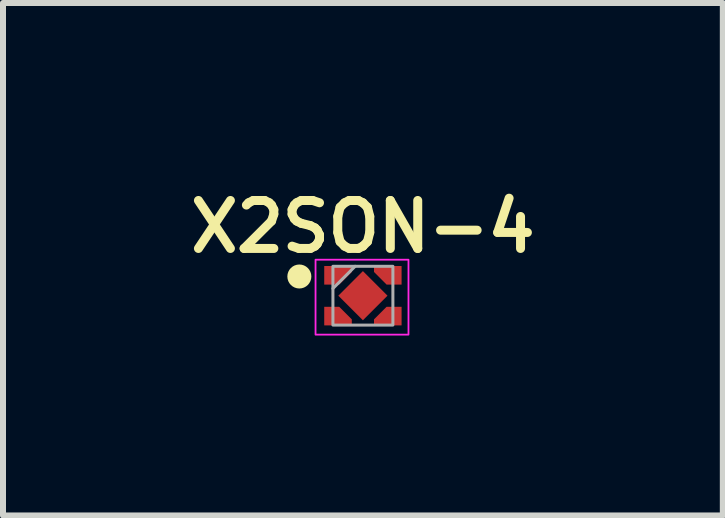
<source format=kicad_pcb>
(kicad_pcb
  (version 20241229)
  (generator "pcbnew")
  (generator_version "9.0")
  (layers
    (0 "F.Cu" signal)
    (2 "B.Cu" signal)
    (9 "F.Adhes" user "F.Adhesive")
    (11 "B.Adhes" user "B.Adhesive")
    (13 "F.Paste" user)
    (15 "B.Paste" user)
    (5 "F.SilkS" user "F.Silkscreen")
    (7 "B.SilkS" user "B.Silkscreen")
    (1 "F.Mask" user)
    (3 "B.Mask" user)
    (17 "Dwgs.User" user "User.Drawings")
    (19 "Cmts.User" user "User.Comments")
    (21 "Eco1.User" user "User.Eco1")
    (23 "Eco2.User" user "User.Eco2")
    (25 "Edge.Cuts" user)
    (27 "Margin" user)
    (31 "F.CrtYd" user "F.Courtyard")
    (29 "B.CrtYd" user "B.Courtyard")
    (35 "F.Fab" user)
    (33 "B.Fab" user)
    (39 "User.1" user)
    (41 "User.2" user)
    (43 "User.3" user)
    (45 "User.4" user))
  (footprint "X2SON-4"
    (layer "F.Cu")
    (at 3.002 1.881)
    (property "Reference" "X2SON-4" (at 0 -1.15 0) (unlocked yes) (layer "F.SilkS") (effects (font (size 0.8 0.8) (thickness 0.15) (bold yes))))
    (attr smd)
    (fp_poly (pts (xy -0.339 -0.001) (xy 0 -0.34) (xy 0.339 -0.001) (xy 0 0.339)) (stroke (width 0) (type solid)) (fill yes) (layer "F.Mask"))
    (fp_poly (pts (xy -0.415 -0.235) (xy -0.595 -0.235) (xy -0.595 -0.445) (xy -0.235 -0.445) (xy -0.235 -0.415)) (stroke (width 0) (type solid)) (fill yes) (layer "F.Mask"))
    (fp_poly (pts (xy -0.415 0.235) (xy -0.595 0.235) (xy -0.595 0.445) (xy -0.235 0.445) (xy -0.235 0.415)) (stroke (width 0) (type solid)) (fill yes) (layer "F.Mask"))
    (fp_poly (pts (xy 0.415 -0.235) (xy 0.595 -0.235) (xy 0.595 -0.445) (xy 0.235 -0.445) (xy 0.235 -0.415)) (stroke (width 0) (type solid)) (fill yes) (layer "F.Mask"))
    (fp_poly (pts (xy 0.415 0.235) (xy 0.595 0.235) (xy 0.595 0.445) (xy 0.235 0.445) (xy 0.235 0.415)) (stroke (width 0) (type solid)) (fill yes) (layer "F.Mask"))
    (fp_circle (center -1.06 -0.32) (end -0.86 -0.32) (stroke (width 0) (type solid)) (fill yes) (layer "F.SilkS"))
    (fp_poly (pts (xy -0.318 0) (xy 0 -0.318) (xy 0.318 0) (xy 0 0.318)) (stroke (width 0) (type solid)) (fill yes) (layer "F.Paste"))
    (fp_poly (pts (xy -0.64 -0.445) (xy -0.24 -0.445) (xy -0.24 -0.415) (xy -0.42 -0.235) (xy -0.64 -0.235)) (stroke (width 0) (type solid)) (fill yes) (layer "F.Paste"))
    (fp_poly (pts (xy -0.64 0.445) (xy -0.24 0.445) (xy -0.24 0.415) (xy -0.42 0.235) (xy -0.64 0.235)) (stroke (width 0) (type solid)) (fill yes) (layer "F.Paste"))
    (fp_poly (pts (xy 0.64 -0.445) (xy 0.24 -0.445) (xy 0.24 -0.415) (xy 0.42 -0.235) (xy 0.64 -0.235)) (stroke (width 0) (type solid)) (fill yes) (layer "F.Paste"))
    (fp_poly (pts (xy 0.64 0.445) (xy 0.24 0.445) (xy 0.24 0.415) (xy 0.42 0.235) (xy 0.64 0.235)) (stroke (width 0) (type solid)) (fill yes) (layer "F.Paste"))
    (fp_rect (start -0.79 -0.6) (end 0.76 0.65) (stroke (width 0.03) (type default)) (fill no) (layer "F.CrtYd"))
    (fp_line (start -0.13 -0.49) (end -0.5 -0.12) (stroke (width 0.05) (type default)) (layer "F.Fab"))
    (fp_rect (start -0.5 -0.49) (end 0.5 0.49) (stroke (width 0.05) (type default)) (fill no) (layer "F.Fab"))
    (fp_text user "${REFERENCE}" (at 0 0 0) (layer "User.8") (effects (font (size 0.2 0.2) (thickness 0.04))))
    (pad "1" smd custom (at -0.455 -0.355 180) (size 0.148 0.148) (layers "F.Cu") (options (anchor circle)) (primitives (gr_poly (pts (xy -0.27 0.04) (xy -0.27 0.14) (xy 0.19 0.14) (xy 0.19 -0.17) (xy -0.06 -0.17)) (width 0) (fill yes))))
    (pad "2" smd custom (at -0.455 0.355) (size 0.148 0.148) (layers "F.Cu") (options (anchor circle)) (primitives (gr_poly (pts (xy 0.27 0.04) (xy 0.27 0.14) (xy -0.19 0.14) (xy -0.19 -0.17) (xy 0.06 -0.17)) (width 0) (fill yes))))
    (pad "3" smd custom (at 0.455 0.355) (size 0.148 0.148) (layers "F.Cu") (options (anchor circle)) (primitives (gr_poly (pts (xy -0.27 0.04) (xy -0.27 0.14) (xy 0.19 0.14) (xy 0.19 -0.17) (xy -0.06 -0.17)) (width 0) (fill yes))))
    (pad "4" smd custom (at 0.455 -0.355 180) (size 0.148 0.148) (layers "F.Cu") (options (anchor circle)) (primitives (gr_poly (pts (xy 0.27 0.04) (xy 0.27 0.14) (xy -0.19 0.14) (xy -0.19 -0.17) (xy 0.06 -0.17)) (width 0) (fill yes))))
    (pad "6" smd rect (at 0 0 45) (size 0.58 0.58) (layers "F.Cu")))
  (gr_rect
    (start -3 -3)
    (end 9.004 5.546)
    (stroke (width 0.1) (type default))
    (fill no)
    (layer "Edge.Cuts")))
</source>
